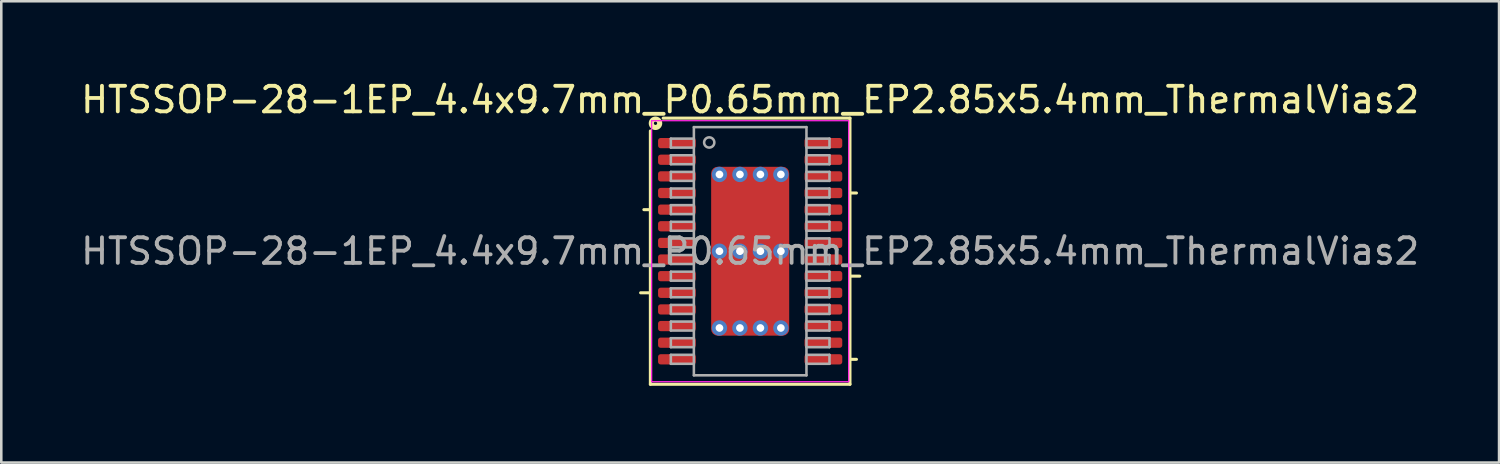
<source format=kicad_pcb>
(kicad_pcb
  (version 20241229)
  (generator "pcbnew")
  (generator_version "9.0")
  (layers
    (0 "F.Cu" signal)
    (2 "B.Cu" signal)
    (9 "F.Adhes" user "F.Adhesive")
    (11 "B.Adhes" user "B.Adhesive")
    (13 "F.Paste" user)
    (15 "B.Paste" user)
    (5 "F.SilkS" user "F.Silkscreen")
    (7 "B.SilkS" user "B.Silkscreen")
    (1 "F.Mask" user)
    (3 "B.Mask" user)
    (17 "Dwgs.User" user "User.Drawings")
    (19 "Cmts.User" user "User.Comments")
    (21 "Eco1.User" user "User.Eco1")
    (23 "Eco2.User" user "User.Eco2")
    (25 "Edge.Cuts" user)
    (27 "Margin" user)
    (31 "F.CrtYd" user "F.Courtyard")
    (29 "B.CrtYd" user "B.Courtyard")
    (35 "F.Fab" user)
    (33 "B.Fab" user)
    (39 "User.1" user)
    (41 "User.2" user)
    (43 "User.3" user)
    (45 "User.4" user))
  (footprint "HTSSOP-28-1EP_4.4x9.7mm_P0.65mm_EP2.85x5.4mm_ThermalVias2"
    (layer "F.Cu")
    (at 26.268 6.768)
    (property "Reference" "HTSSOP-28-1EP_4.4x9.7mm_P0.65mm_EP2.85x5.4mm_ThermalVias2" (at 0 -5.92 0) (layer "F.SilkS") (effects (font (size 1 1) (thickness 0.15))))
    (attr smd)
    (fp_line (start -3.9 -1.625) (end -4.154 -1.625) (stroke (width 0.12) (type solid)) (layer "F.SilkS"))
    (fp_line (start -3.9 1.625) (end -4.281 1.625) (stroke (width 0.12) (type solid)) (layer "F.SilkS"))
    (fp_line (start -3.9 5.2) (end -3.9 -4.7) (stroke (width 0.12) (type solid)) (layer "F.SilkS"))
    (fp_line (start -3.4 -5.2) (end 3.9 -5.2) (stroke (width 0.12) (type solid)) (layer "F.SilkS"))
    (fp_line (start 3.9 -5.2) (end 3.9 5.2) (stroke (width 0.12) (type solid)) (layer "F.SilkS"))
    (fp_line (start 3.9 -2.275) (end 4.154 -2.275) (stroke (width 0.12) (type solid)) (layer "F.SilkS"))
    (fp_line (start 3.9 0.975) (end 4.281 0.975) (stroke (width 0.12) (type solid)) (layer "F.SilkS"))
    (fp_line (start 3.9 4.225) (end 4.154 4.225) (stroke (width 0.12) (type solid)) (layer "F.SilkS"))
    (fp_line (start 3.9 5.2) (end -3.9 5.2) (stroke (width 0.12) (type solid)) (layer "F.SilkS"))
    (fp_circle (center -3.7 -5) (end -3.636 -5) (stroke (width 0.2) (type solid)) (fill no) (layer "F.SilkS"))
    (fp_line (start -3.85 -5.1) (end -3.85 5.1) (stroke (width 0.05) (type solid)) (layer "F.CrtYd"))
    (fp_line (start -3.85 5.1) (end 3.85 5.1) (stroke (width 0.05) (type solid)) (layer "F.CrtYd"))
    (fp_line (start 3.85 -5.1) (end -3.85 -5.1) (stroke (width 0.05) (type solid)) (layer "F.CrtYd"))
    (fp_line (start 3.85 5.1) (end 3.85 -5.1) (stroke (width 0.05) (type solid)) (layer "F.CrtYd"))
    (fp_line (start -3.1 -4.4) (end -3.1 -4.05) (stroke (width 0.1) (type solid)) (layer "F.Fab"))
    (fp_line (start -3.1 -4.4) (end -2.2 -4.4) (stroke (width 0.1) (type solid)) (layer "F.Fab"))
    (fp_line (start -3.1 -4.05) (end -2.2 -4.05) (stroke (width 0.1) (type solid)) (layer "F.Fab"))
    (fp_line (start -3.1 -3.75) (end -3.1 -3.4) (stroke (width 0.1) (type solid)) (layer "F.Fab"))
    (fp_line (start -3.1 -3.75) (end -2.2 -3.75) (stroke (width 0.1) (type solid)) (layer "F.Fab"))
    (fp_line (start -3.1 -3.4) (end -2.2 -3.4) (stroke (width 0.1) (type solid)) (layer "F.Fab"))
    (fp_line (start -3.1 -3.1) (end -3.1 -2.75) (stroke (width 0.1) (type solid)) (layer "F.Fab"))
    (fp_line (start -3.1 -3.1) (end -2.2 -3.1) (stroke (width 0.1) (type solid)) (layer "F.Fab"))
    (fp_line (start -3.1 -2.75) (end -2.2 -2.75) (stroke (width 0.1) (type solid)) (layer "F.Fab"))
    (fp_line (start -3.1 -2.45) (end -3.1 -2.1) (stroke (width 0.1) (type solid)) (layer "F.Fab"))
    (fp_line (start -3.1 -2.45) (end -2.2 -2.45) (stroke (width 0.1) (type solid)) (layer "F.Fab"))
    (fp_line (start -3.1 -2.1) (end -2.2 -2.1) (stroke (width 0.1) (type solid)) (layer "F.Fab"))
    (fp_line (start -3.1 -1.8) (end -3.1 -1.45) (stroke (width 0.1) (type solid)) (layer "F.Fab"))
    (fp_line (start -3.1 -1.8) (end -2.2 -1.8) (stroke (width 0.1) (type solid)) (layer "F.Fab"))
    (fp_line (start -3.1 -1.45) (end -2.2 -1.45) (stroke (width 0.1) (type solid)) (layer "F.Fab"))
    (fp_line (start -3.1 -1.15) (end -3.1 -0.8) (stroke (width 0.1) (type solid)) (layer "F.Fab"))
    (fp_line (start -3.1 -1.15) (end -2.2 -1.15) (stroke (width 0.1) (type solid)) (layer "F.Fab"))
    (fp_line (start -3.1 -0.8) (end -2.2 -0.8) (stroke (width 0.1) (type solid)) (layer "F.Fab"))
    (fp_line (start -3.1 -0.5) (end -3.1 -0.15) (stroke (width 0.1) (type solid)) (layer "F.Fab"))
    (fp_line (start -3.1 -0.5) (end -2.2 -0.5) (stroke (width 0.1) (type solid)) (layer "F.Fab"))
    (fp_line (start -3.1 -0.15) (end -2.2 -0.15) (stroke (width 0.1) (type solid)) (layer "F.Fab"))
    (fp_line (start -3.1 0.15) (end -3.1 0.5) (stroke (width 0.1) (type solid)) (layer "F.Fab"))
    (fp_line (start -3.1 0.15) (end -2.2 0.15) (stroke (width 0.1) (type solid)) (layer "F.Fab"))
    (fp_line (start -3.1 0.5) (end -2.2 0.5) (stroke (width 0.1) (type solid)) (layer "F.Fab"))
    (fp_line (start -3.1 0.8) (end -3.1 1.15) (stroke (width 0.1) (type solid)) (layer "F.Fab"))
    (fp_line (start -3.1 0.8) (end -2.2 0.8) (stroke (width 0.1) (type solid)) (layer "F.Fab"))
    (fp_line (start -3.1 1.15) (end -2.2 1.15) (stroke (width 0.1) (type solid)) (layer "F.Fab"))
    (fp_line (start -3.1 1.45) (end -3.1 1.8) (stroke (width 0.1) (type solid)) (layer "F.Fab"))
    (fp_line (start -3.1 1.45) (end -2.2 1.45) (stroke (width 0.1) (type solid)) (layer "F.Fab"))
    (fp_line (start -3.1 1.8) (end -2.2 1.8) (stroke (width 0.1) (type solid)) (layer "F.Fab"))
    (fp_line (start -3.1 2.1) (end -3.1 2.45) (stroke (width 0.1) (type solid)) (layer "F.Fab"))
    (fp_line (start -3.1 2.1) (end -2.2 2.1) (stroke (width 0.1) (type solid)) (layer "F.Fab"))
    (fp_line (start -3.1 2.45) (end -2.2 2.45) (stroke (width 0.1) (type solid)) (layer "F.Fab"))
    (fp_line (start -3.1 2.75) (end -3.1 3.1) (stroke (width 0.1) (type solid)) (layer "F.Fab"))
    (fp_line (start -3.1 2.75) (end -2.2 2.75) (stroke (width 0.1) (type solid)) (layer "F.Fab"))
    (fp_line (start -3.1 3.1) (end -2.2 3.1) (stroke (width 0.1) (type solid)) (layer "F.Fab"))
    (fp_line (start -3.1 3.4) (end -3.1 3.75) (stroke (width 0.1) (type solid)) (layer "F.Fab"))
    (fp_line (start -3.1 3.4) (end -2.2 3.4) (stroke (width 0.1) (type solid)) (layer "F.Fab"))
    (fp_line (start -3.1 3.75) (end -2.2 3.75) (stroke (width 0.1) (type solid)) (layer "F.Fab"))
    (fp_line (start -3.1 4.05) (end -3.1 4.4) (stroke (width 0.1) (type solid)) (layer "F.Fab"))
    (fp_line (start -3.1 4.05) (end -2.2 4.05) (stroke (width 0.1) (type solid)) (layer "F.Fab"))
    (fp_line (start -3.1 4.4) (end -2.2 4.4) (stroke (width 0.1) (type solid)) (layer "F.Fab"))
    (fp_line (start -2.2 -4.85) (end 2.2 -4.85) (stroke (width 0.1) (type solid)) (layer "F.Fab"))
    (fp_line (start -2.2 4.85) (end -2.2 -4.85) (stroke (width 0.1) (type solid)) (layer "F.Fab"))
    (fp_line (start 2.2 -4.85) (end 2.2 4.85) (stroke (width 0.1) (type solid)) (layer "F.Fab"))
    (fp_line (start 2.2 4.85) (end -2.2 4.85) (stroke (width 0.1) (type solid)) (layer "F.Fab"))
    (fp_line (start 3.1 -4.4) (end 2.2 -4.4) (stroke (width 0.1) (type solid)) (layer "F.Fab"))
    (fp_line (start 3.1 -4.05) (end 2.2 -4.05) (stroke (width 0.1) (type solid)) (layer "F.Fab"))
    (fp_line (start 3.1 -4.05) (end 3.1 -4.4) (stroke (width 0.1) (type solid)) (layer "F.Fab"))
    (fp_line (start 3.1 -3.75) (end 2.2 -3.75) (stroke (width 0.1) (type solid)) (layer "F.Fab"))
    (fp_line (start 3.1 -3.4) (end 2.2 -3.4) (stroke (width 0.1) (type solid)) (layer "F.Fab"))
    (fp_line (start 3.1 -3.4) (end 3.1 -3.75) (stroke (width 0.1) (type solid)) (layer "F.Fab"))
    (fp_line (start 3.1 -3.1) (end 2.2 -3.1) (stroke (width 0.1) (type solid)) (layer "F.Fab"))
    (fp_line (start 3.1 -2.75) (end 2.2 -2.75) (stroke (width 0.1) (type solid)) (layer "F.Fab"))
    (fp_line (start 3.1 -2.75) (end 3.1 -3.1) (stroke (width 0.1) (type solid)) (layer "F.Fab"))
    (fp_line (start 3.1 -2.45) (end 2.2 -2.45) (stroke (width 0.1) (type solid)) (layer "F.Fab"))
    (fp_line (start 3.1 -2.1) (end 2.2 -2.1) (stroke (width 0.1) (type solid)) (layer "F.Fab"))
    (fp_line (start 3.1 -2.1) (end 3.1 -2.45) (stroke (width 0.1) (type solid)) (layer "F.Fab"))
    (fp_line (start 3.1 -1.8) (end 2.2 -1.8) (stroke (width 0.1) (type solid)) (layer "F.Fab"))
    (fp_line (start 3.1 -1.45) (end 2.2 -1.45) (stroke (width 0.1) (type solid)) (layer "F.Fab"))
    (fp_line (start 3.1 -1.45) (end 3.1 -1.8) (stroke (width 0.1) (type solid)) (layer "F.Fab"))
    (fp_line (start 3.1 -1.15) (end 2.2 -1.15) (stroke (width 0.1) (type solid)) (layer "F.Fab"))
    (fp_line (start 3.1 -0.8) (end 2.2 -0.8) (stroke (width 0.1) (type solid)) (layer "F.Fab"))
    (fp_line (start 3.1 -0.8) (end 3.1 -1.15) (stroke (width 0.1) (type solid)) (layer "F.Fab"))
    (fp_line (start 3.1 -0.5) (end 2.2 -0.5) (stroke (width 0.1) (type solid)) (layer "F.Fab"))
    (fp_line (start 3.1 -0.15) (end 2.2 -0.15) (stroke (width 0.1) (type solid)) (layer "F.Fab"))
    (fp_line (start 3.1 -0.15) (end 3.1 -0.5) (stroke (width 0.1) (type solid)) (layer "F.Fab"))
    (fp_line (start 3.1 0.15) (end 2.2 0.15) (stroke (width 0.1) (type solid)) (layer "F.Fab"))
    (fp_line (start 3.1 0.5) (end 2.2 0.5) (stroke (width 0.1) (type solid)) (layer "F.Fab"))
    (fp_line (start 3.1 0.5) (end 3.1 0.15) (stroke (width 0.1) (type solid)) (layer "F.Fab"))
    (fp_line (start 3.1 0.8) (end 2.2 0.8) (stroke (width 0.1) (type solid)) (layer "F.Fab"))
    (fp_line (start 3.1 1.15) (end 2.2 1.15) (stroke (width 0.1) (type solid)) (layer "F.Fab"))
    (fp_line (start 3.1 1.15) (end 3.1 0.8) (stroke (width 0.1) (type solid)) (layer "F.Fab"))
    (fp_line (start 3.1 1.45) (end 2.2 1.45) (stroke (width 0.1) (type solid)) (layer "F.Fab"))
    (fp_line (start 3.1 1.8) (end 2.2 1.8) (stroke (width 0.1) (type solid)) (layer "F.Fab"))
    (fp_line (start 3.1 1.8) (end 3.1 1.45) (stroke (width 0.1) (type solid)) (layer "F.Fab"))
    (fp_line (start 3.1 2.1) (end 2.2 2.1) (stroke (width 0.1) (type solid)) (layer "F.Fab"))
    (fp_line (start 3.1 2.45) (end 2.2 2.45) (stroke (width 0.1) (type solid)) (layer "F.Fab"))
    (fp_line (start 3.1 2.45) (end 3.1 2.1) (stroke (width 0.1) (type solid)) (layer "F.Fab"))
    (fp_line (start 3.1 2.75) (end 2.2 2.75) (stroke (width 0.1) (type solid)) (layer "F.Fab"))
    (fp_line (start 3.1 3.1) (end 2.2 3.1) (stroke (width 0.1) (type solid)) (layer "F.Fab"))
    (fp_line (start 3.1 3.1) (end 3.1 2.75) (stroke (width 0.1) (type solid)) (layer "F.Fab"))
    (fp_line (start 3.1 3.4) (end 2.2 3.4) (stroke (width 0.1) (type solid)) (layer "F.Fab"))
    (fp_line (start 3.1 3.75) (end 2.2 3.75) (stroke (width 0.1) (type solid)) (layer "F.Fab"))
    (fp_line (start 3.1 3.75) (end 3.1 3.4) (stroke (width 0.1) (type solid)) (layer "F.Fab"))
    (fp_line (start 3.1 4.05) (end 2.2 4.05) (stroke (width 0.1) (type solid)) (layer "F.Fab"))
    (fp_line (start 3.1 4.4) (end 2.2 4.4) (stroke (width 0.1) (type solid)) (layer "F.Fab"))
    (fp_line (start 3.1 4.4) (end 3.1 4.05) (stroke (width 0.1) (type solid)) (layer "F.Fab"))
    (fp_circle (center -1.6 -4.25) (end -1.4 -4.25) (stroke (width 0.1) (type solid)) (fill no) (layer "F.Fab"))
    (fp_text user "${REFERENCE}" (at 0 0 0) (layer "F.Fab") (effects (font (size 1 1) (thickness 0.15))))
    (pad "" smd roundrect (at -0.65 -2.075) (size 1.1 0.95) (layers "F.Paste") (roundrect_rratio 0.25))
    (pad "" smd roundrect (at -0.65 -0.925) (size 1.1 0.95) (layers "F.Paste") (roundrect_rratio 0.25))
    (pad "" smd roundrect (at -0.65 0.925) (size 1.1 0.95) (layers "F.Paste") (roundrect_rratio 0.25))
    (pad "" smd roundrect (at -0.65 2.075) (size 1.1 0.95) (layers "F.Paste") (roundrect_rratio 0.25))
    (pad "" smd roundrect (at 0 -1.5) (size 2.85 2.4) (layers "F.Mask") (roundrect_rratio 0.104))
    (pad "" smd roundrect (at 0 1.5) (size 2.85 2.4) (layers "F.Mask") (roundrect_rratio 0.104))
    (pad "" smd roundrect (at 0.65 -2.075) (size 1.1 0.95) (layers "F.Paste") (roundrect_rratio 0.25))
    (pad "" smd roundrect (at 0.65 -0.925) (size 1.1 0.95) (layers "F.Paste") (roundrect_rratio 0.25))
    (pad "" smd roundrect (at 0.65 0.925) (size 1.1 0.95) (layers "F.Paste") (roundrect_rratio 0.25))
    (pad "" smd roundrect (at 0.65 2.075) (size 1.1 0.95) (layers "F.Paste") (roundrect_rratio 0.25))
    (pad "1" smd roundrect (at -2.862 -4.225) (size 1.475 0.4) (layers "F.Cu" "F.Mask" "F.Paste") (roundrect_rratio 0.25))
    (pad "2" smd roundrect (at -2.862 -3.575) (size 1.475 0.4) (layers "F.Cu" "F.Mask" "F.Paste") (roundrect_rratio 0.25))
    (pad "3" smd roundrect (at -2.862 -2.925) (size 1.475 0.4) (layers "F.Cu" "F.Mask" "F.Paste") (roundrect_rratio 0.25))
    (pad "4" smd roundrect (at -2.862 -2.275) (size 1.475 0.4) (layers "F.Cu" "F.Mask" "F.Paste") (roundrect_rratio 0.25))
    (pad "5" smd roundrect (at -2.862 -1.625) (size 1.475 0.4) (layers "F.Cu" "F.Mask" "F.Paste") (roundrect_rratio 0.25))
    (pad "6" smd roundrect (at -2.862 -0.975) (size 1.475 0.4) (layers "F.Cu" "F.Mask" "F.Paste") (roundrect_rratio 0.25))
    (pad "7" smd roundrect (at -2.862 -0.325) (size 1.475 0.4) (layers "F.Cu" "F.Mask" "F.Paste") (roundrect_rratio 0.25))
    (pad "8" smd roundrect (at -2.862 0.325) (size 1.475 0.4) (layers "F.Cu" "F.Mask" "F.Paste") (roundrect_rratio 0.25))
    (pad "9" smd roundrect (at -2.862 0.975) (size 1.475 0.4) (layers "F.Cu" "F.Mask" "F.Paste") (roundrect_rratio 0.25))
    (pad "10" smd roundrect (at -2.862 1.625) (size 1.475 0.4) (layers "F.Cu" "F.Mask" "F.Paste") (roundrect_rratio 0.25))
    (pad "11" smd roundrect (at -2.862 2.275) (size 1.475 0.4) (layers "F.Cu" "F.Mask" "F.Paste") (roundrect_rratio 0.25))
    (pad "12" smd roundrect (at -2.862 2.925) (size 1.475 0.4) (layers "F.Cu" "F.Mask" "F.Paste") (roundrect_rratio 0.25))
    (pad "13" smd roundrect (at -2.862 3.575) (size 1.475 0.4) (layers "F.Cu" "F.Mask" "F.Paste") (roundrect_rratio 0.25))
    (pad "14" smd roundrect (at -2.862 4.225) (size 1.475 0.4) (layers "F.Cu" "F.Mask" "F.Paste") (roundrect_rratio 0.25))
    (pad "15" smd roundrect (at 2.862 4.225) (size 1.475 0.4) (layers "F.Cu" "F.Mask" "F.Paste") (roundrect_rratio 0.25))
    (pad "16" smd roundrect (at 2.862 3.575) (size 1.475 0.4) (layers "F.Cu" "F.Mask" "F.Paste") (roundrect_rratio 0.25))
    (pad "17" smd roundrect (at 2.862 2.925) (size 1.475 0.4) (layers "F.Cu" "F.Mask" "F.Paste") (roundrect_rratio 0.25))
    (pad "18" smd roundrect (at 2.862 2.275) (size 1.475 0.4) (layers "F.Cu" "F.Mask" "F.Paste") (roundrect_rratio 0.25))
    (pad "19" smd roundrect (at 2.862 1.625) (size 1.475 0.4) (layers "F.Cu" "F.Mask" "F.Paste") (roundrect_rratio 0.25))
    (pad "20" smd roundrect (at 2.862 0.975) (size 1.475 0.4) (layers "F.Cu" "F.Mask" "F.Paste") (roundrect_rratio 0.25))
    (pad "21" smd roundrect (at 2.862 0.325) (size 1.475 0.4) (layers "F.Cu" "F.Mask" "F.Paste") (roundrect_rratio 0.25))
    (pad "22" smd roundrect (at 2.862 -0.325) (size 1.475 0.4) (layers "F.Cu" "F.Mask" "F.Paste") (roundrect_rratio 0.25))
    (pad "23" smd roundrect (at 2.862 -0.975) (size 1.475 0.4) (layers "F.Cu" "F.Mask" "F.Paste") (roundrect_rratio 0.25))
    (pad "24" smd roundrect (at 2.862 -1.625) (size 1.475 0.4) (layers "F.Cu" "F.Mask" "F.Paste") (roundrect_rratio 0.25))
    (pad "25" smd roundrect (at 2.862 -2.275) (size 1.475 0.4) (layers "F.Cu" "F.Mask" "F.Paste") (roundrect_rratio 0.25))
    (pad "26" smd roundrect (at 2.862 -2.925) (size 1.475 0.4) (layers "F.Cu" "F.Mask" "F.Paste") (roundrect_rratio 0.25))
    (pad "27" smd roundrect (at 2.862 -3.575) (size 1.475 0.4) (layers "F.Cu" "F.Mask" "F.Paste") (roundrect_rratio 0.25))
    (pad "28" smd roundrect (at 2.862 -4.225) (size 1.475 0.4) (layers "F.Cu" "F.Mask" "F.Paste") (roundrect_rratio 0.25))
    (pad "29" thru_hole circle (at -1.2 -3) (size 0.6 0.6) (drill 0.3) (property pad_prop_heatsink) (layers "*.Cu" "*.Mask"))
    (pad "29" thru_hole circle (at -1.2 0) (size 0.6 0.6) (drill 0.3) (property pad_prop_heatsink) (layers "*.Cu" "*.Mask"))
    (pad "29" thru_hole circle (at -1.2 3) (size 0.6 0.6) (drill 0.3) (property pad_prop_heatsink) (layers "*.Cu" "*.Mask"))
    (pad "29" thru_hole circle (at -0.4 -3) (size 0.6 0.6) (drill 0.3) (property pad_prop_heatsink) (layers "*.Cu" "*.Mask"))
    (pad "29" thru_hole circle (at -0.4 0) (size 0.6 0.6) (drill 0.3) (property pad_prop_heatsink) (layers "*.Cu" "*.Mask"))
    (pad "29" thru_hole circle (at -0.4 3) (size 0.6 0.6) (drill 0.3) (property pad_prop_heatsink) (layers "*.Cu" "*.Mask"))
    (pad "29" smd roundrect (at 0 0) (size 3.05 6.6) (layers "F.Cu") (roundrect_rratio 0.082))
    (pad "29" thru_hole circle (at 0.4 -3) (size 0.6 0.6) (drill 0.3) (property pad_prop_heatsink) (layers "*.Cu" "*.Mask"))
    (pad "29" thru_hole circle (at 0.4 0) (size 0.6 0.6) (drill 0.3) (property pad_prop_heatsink) (layers "*.Cu" "*.Mask"))
    (pad "29" thru_hole circle (at 0.4 3) (size 0.6 0.6) (drill 0.3) (property pad_prop_heatsink) (layers "*.Cu" "*.Mask"))
    (pad "29" thru_hole circle (at 1.2 -3) (size 0.6 0.6) (drill 0.3) (property pad_prop_heatsink) (layers "*.Cu" "*.Mask"))
    (pad "29" thru_hole circle (at 1.2 0) (size 0.6 0.6) (drill 0.3) (property pad_prop_heatsink) (layers "*.Cu" "*.Mask"))
    (pad "29" thru_hole circle (at 1.2 3) (size 0.6 0.6) (drill 0.3) (property pad_prop_heatsink) (layers "*.Cu" "*.Mask")))
  (gr_rect
    (start -3 -3)
    (end 55.536 15.028)
    (stroke (width 0.1) (type default))
    (fill no)
    (layer "Edge.Cuts")))
</source>
